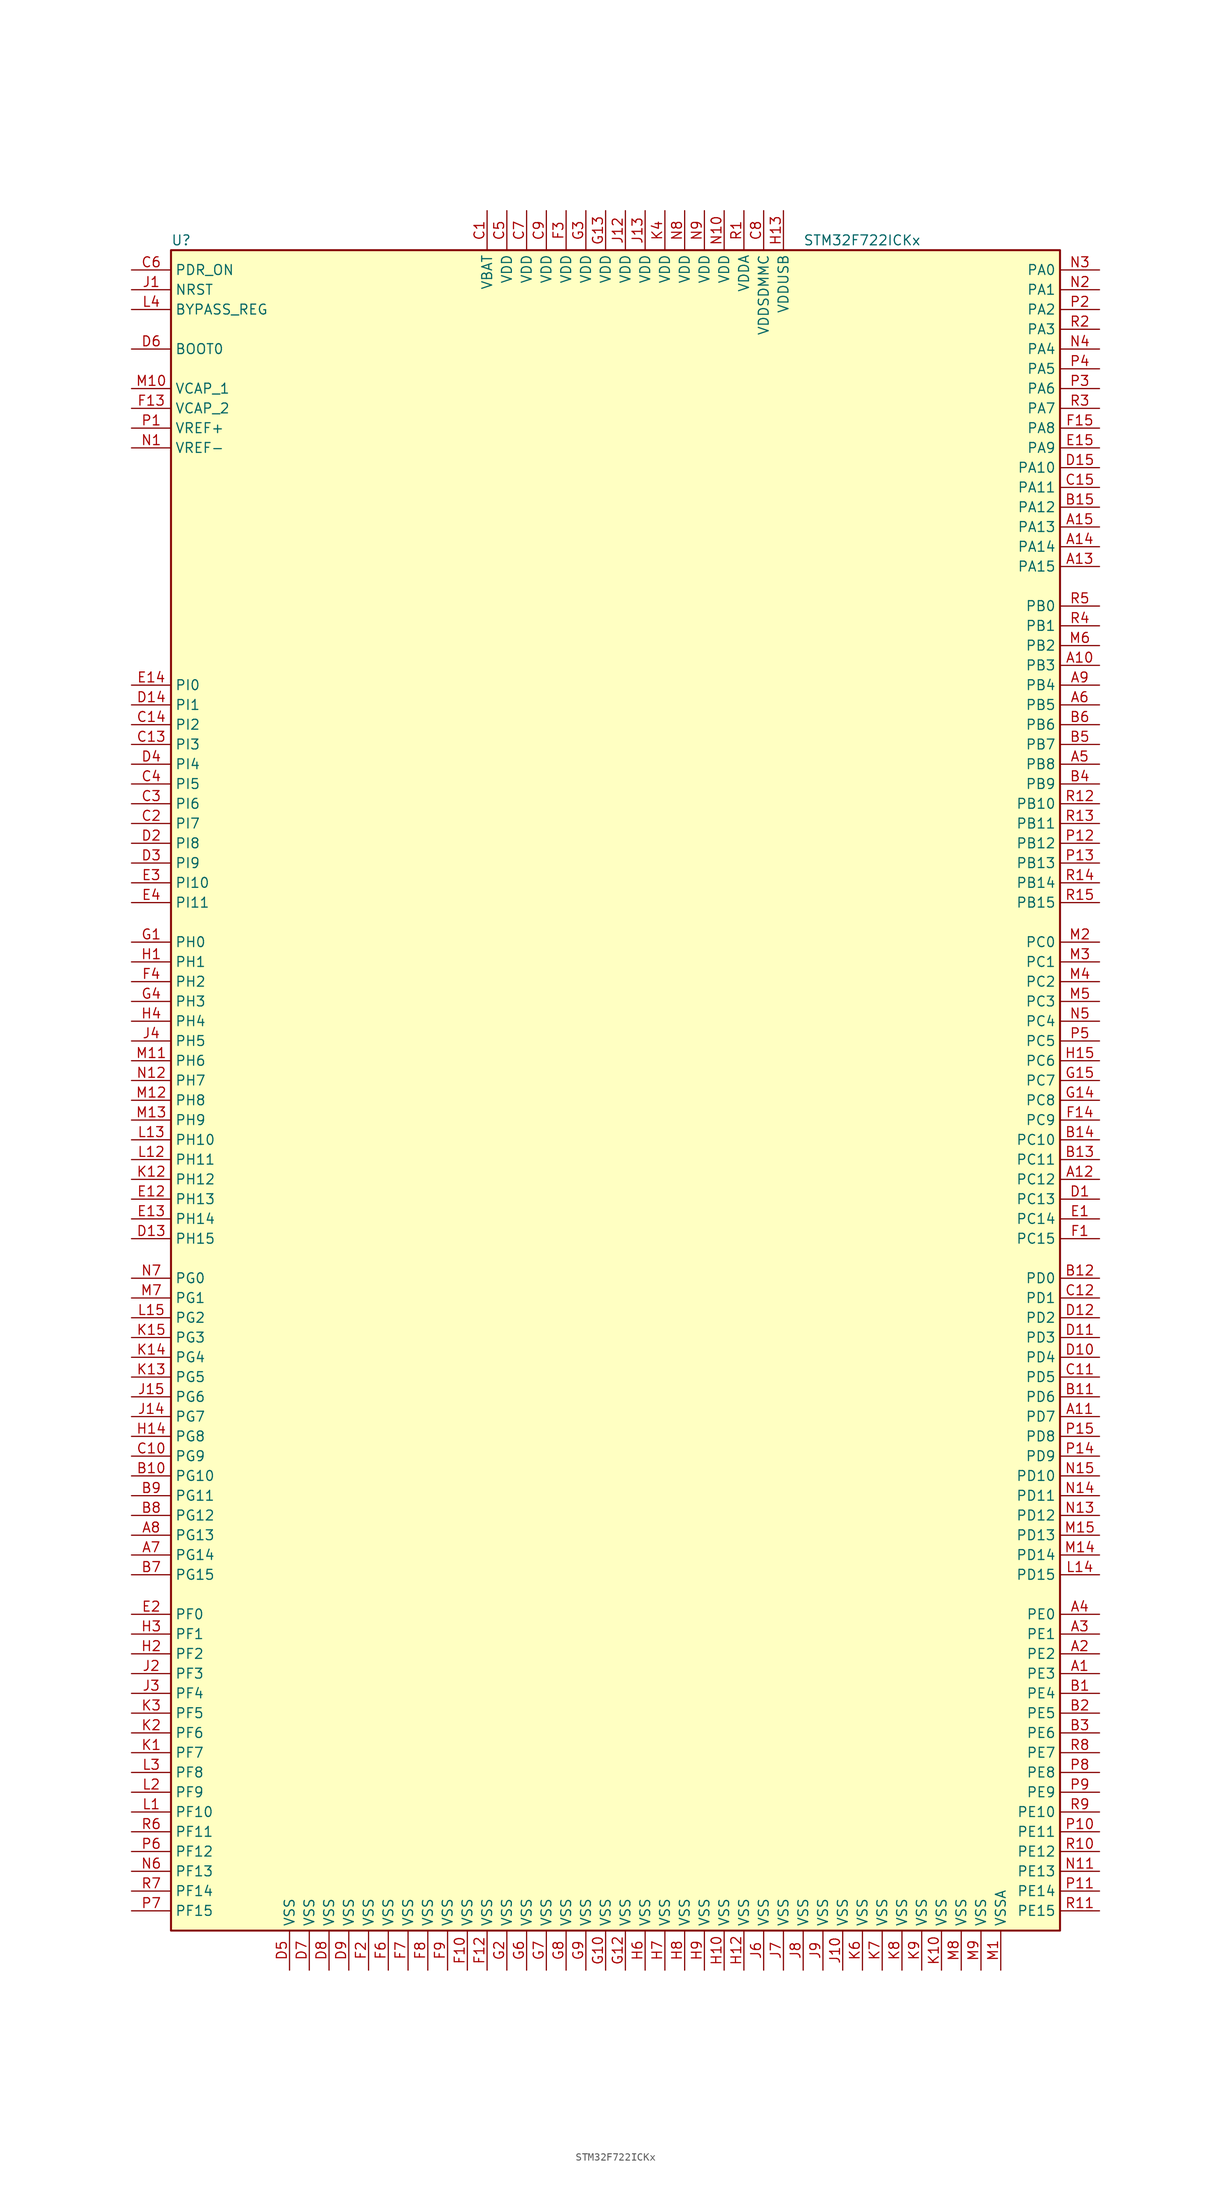
<source format=kicad_sym>
(kicad_symbol_lib
  (version 20220914)
  (generator kicad_symbol_editor)
  (symbol "STM32F722ICKx"
    (property "Reference" "U"
      (at -58.42 107.95 0)
      (effects (font (size 1.27 1.27)) (justify left)))
    (property "Value" "STM32F722ICKx"
      (at 22.86 107.95 0)
      (effects (font (size 1.27 1.27)) (justify left)))
    (symbol "STM32F722ICKx_0_1"
      (rectangle (start -58.42 -109.22) (end 55.88 106.68) (stroke (width 0.254) (type default)) (fill (type background))))
    (symbol "STM32F722ICKx_1_1"
      (pin bidirectional line (at 60.96 -76.2 180) (length 5.08) (name "PE3" (effects (font (size 1.27 1.27)))) (number "A1" (effects (font (size 1.27 1.27)))))
      (pin bidirectional line (at 60.96 53.34 180) (length 5.08) (name "PB3" (effects (font (size 1.27 1.27)))) (number "A10" (effects (font (size 1.27 1.27)))))
      (pin bidirectional line (at 60.96 -43.18 180) (length 5.08) (name "PD7" (effects (font (size 1.27 1.27)))) (number "A11" (effects (font (size 1.27 1.27)))))
      (pin bidirectional line (at 60.96 -12.7 180) (length 5.08) (name "PC12" (effects (font (size 1.27 1.27)))) (number "A12" (effects (font (size 1.27 1.27)))))
      (pin bidirectional line (at 60.96 66.04 180) (length 5.08) (name "PA15" (effects (font (size 1.27 1.27)))) (number "A13" (effects (font (size 1.27 1.27)))))
      (pin bidirectional line (at 60.96 68.58 180) (length 5.08) (name "PA14" (effects (font (size 1.27 1.27)))) (number "A14" (effects (font (size 1.27 1.27)))))
      (pin bidirectional line (at 60.96 71.12 180) (length 5.08) (name "PA13" (effects (font (size 1.27 1.27)))) (number "A15" (effects (font (size 1.27 1.27)))))
      (pin bidirectional line (at 60.96 -73.66 180) (length 5.08) (name "PE2" (effects (font (size 1.27 1.27)))) (number "A2" (effects (font (size 1.27 1.27)))))
      (pin bidirectional line (at 60.96 -71.12 180) (length 5.08) (name "PE1" (effects (font (size 1.27 1.27)))) (number "A3" (effects (font (size 1.27 1.27)))))
      (pin bidirectional line (at 60.96 -68.58 180) (length 5.08) (name "PE0" (effects (font (size 1.27 1.27)))) (number "A4" (effects (font (size 1.27 1.27)))))
      (pin bidirectional line (at 60.96 40.64 180) (length 5.08) (name "PB8" (effects (font (size 1.27 1.27)))) (number "A5" (effects (font (size 1.27 1.27)))))
      (pin bidirectional line (at 60.96 48.26 180) (length 5.08) (name "PB5" (effects (font (size 1.27 1.27)))) (number "A6" (effects (font (size 1.27 1.27)))))
      (pin bidirectional line (at -63.5 -60.96 0) (length 5.08) (name "PG14" (effects (font (size 1.27 1.27)))) (number "A7" (effects (font (size 1.27 1.27)))))
      (pin bidirectional line (at -63.5 -58.42 0) (length 5.08) (name "PG13" (effects (font (size 1.27 1.27)))) (number "A8" (effects (font (size 1.27 1.27)))))
      (pin bidirectional line (at 60.96 50.8 180) (length 5.08) (name "PB4" (effects (font (size 1.27 1.27)))) (number "A9" (effects (font (size 1.27 1.27)))))
      (pin bidirectional line (at 60.96 -78.74 180) (length 5.08) (name "PE4" (effects (font (size 1.27 1.27)))) (number "B1" (effects (font (size 1.27 1.27)))))
      (pin bidirectional line (at -63.5 -50.8 0) (length 5.08) (name "PG10" (effects (font (size 1.27 1.27)))) (number "B10" (effects (font (size 1.27 1.27)))))
      (pin bidirectional line (at 60.96 -40.64 180) (length 5.08) (name "PD6" (effects (font (size 1.27 1.27)))) (number "B11" (effects (font (size 1.27 1.27)))))
      (pin bidirectional line (at 60.96 -25.4 180) (length 5.08) (name "PD0" (effects (font (size 1.27 1.27)))) (number "B12" (effects (font (size 1.27 1.27)))))
      (pin bidirectional line (at 60.96 -10.16 180) (length 5.08) (name "PC11" (effects (font (size 1.27 1.27)))) (number "B13" (effects (font (size 1.27 1.27)))))
      (pin bidirectional line (at 60.96 -7.62 180) (length 5.08) (name "PC10" (effects (font (size 1.27 1.27)))) (number "B14" (effects (font (size 1.27 1.27)))))
      (pin bidirectional line (at 60.96 73.66 180) (length 5.08) (name "PA12" (effects (font (size 1.27 1.27)))) (number "B15" (effects (font (size 1.27 1.27)))))
      (pin bidirectional line (at 60.96 -81.28 180) (length 5.08) (name "PE5" (effects (font (size 1.27 1.27)))) (number "B2" (effects (font (size 1.27 1.27)))))
      (pin bidirectional line (at 60.96 -83.82 180) (length 5.08) (name "PE6" (effects (font (size 1.27 1.27)))) (number "B3" (effects (font (size 1.27 1.27)))))
      (pin bidirectional line (at 60.96 38.1 180) (length 5.08) (name "PB9" (effects (font (size 1.27 1.27)))) (number "B4" (effects (font (size 1.27 1.27)))))
      (pin bidirectional line (at 60.96 43.18 180) (length 5.08) (name "PB7" (effects (font (size 1.27 1.27)))) (number "B5" (effects (font (size 1.27 1.27)))))
      (pin bidirectional line (at 60.96 45.72 180) (length 5.08) (name "PB6" (effects (font (size 1.27 1.27)))) (number "B6" (effects (font (size 1.27 1.27)))))
      (pin bidirectional line (at -63.5 -63.5 0) (length 5.08) (name "PG15" (effects (font (size 1.27 1.27)))) (number "B7" (effects (font (size 1.27 1.27)))))
      (pin bidirectional line (at -63.5 -55.88 0) (length 5.08) (name "PG12" (effects (font (size 1.27 1.27)))) (number "B8" (effects (font (size 1.27 1.27)))))
      (pin bidirectional line (at -63.5 -53.34 0) (length 5.08) (name "PG11" (effects (font (size 1.27 1.27)))) (number "B9" (effects (font (size 1.27 1.27)))))
      (pin power_in line (at -17.78 111.76 270) (length 5.08) (name "VBAT" (effects (font (size 1.27 1.27)))) (number "C1" (effects (font (size 1.27 1.27)))))
      (pin bidirectional line (at -63.5 -48.26 0) (length 5.08) (name "PG9" (effects (font (size 1.27 1.27)))) (number "C10" (effects (font (size 1.27 1.27)))))
      (pin bidirectional line (at 60.96 -38.1 180) (length 5.08) (name "PD5" (effects (font (size 1.27 1.27)))) (number "C11" (effects (font (size 1.27 1.27)))))
      (pin bidirectional line (at 60.96 -27.94 180) (length 5.08) (name "PD1" (effects (font (size 1.27 1.27)))) (number "C12" (effects (font (size 1.27 1.27)))))
      (pin bidirectional line (at -63.5 43.18 0) (length 5.08) (name "PI3" (effects (font (size 1.27 1.27)))) (number "C13" (effects (font (size 1.27 1.27)))))
      (pin bidirectional line (at -63.5 45.72 0) (length 5.08) (name "PI2" (effects (font (size 1.27 1.27)))) (number "C14" (effects (font (size 1.27 1.27)))))
      (pin bidirectional line (at 60.96 76.2 180) (length 5.08) (name "PA11" (effects (font (size 1.27 1.27)))) (number "C15" (effects (font (size 1.27 1.27)))))
      (pin bidirectional line (at -63.5 33.02 0) (length 5.08) (name "PI7" (effects (font (size 1.27 1.27)))) (number "C2" (effects (font (size 1.27 1.27)))))
      (pin bidirectional line (at -63.5 35.56 0) (length 5.08) (name "PI6" (effects (font (size 1.27 1.27)))) (number "C3" (effects (font (size 1.27 1.27)))))
      (pin bidirectional line (at -63.5 38.1 0) (length 5.08) (name "PI5" (effects (font (size 1.27 1.27)))) (number "C4" (effects (font (size 1.27 1.27)))))
      (pin power_in line (at -15.24 111.76 270) (length 5.08) (name "VDD" (effects (font (size 1.27 1.27)))) (number "C5" (effects (font (size 1.27 1.27)))))
      (pin input line (at -63.5 104.14 0) (length 5.08) (name "PDR_ON" (effects (font (size 1.27 1.27)))) (number "C6" (effects (font (size 1.27 1.27)))))
      (pin power_in line (at -12.7 111.76 270) (length 5.08) (name "VDD" (effects (font (size 1.27 1.27)))) (number "C7" (effects (font (size 1.27 1.27)))))
      (pin power_in line (at 17.78 111.76 270) (length 5.08) (name "VDDSDMMC" (effects (font (size 1.27 1.27)))) (number "C8" (effects (font (size 1.27 1.27)))))
      (pin power_in line (at -10.16 111.76 270) (length 5.08) (name "VDD" (effects (font (size 1.27 1.27)))) (number "C9" (effects (font (size 1.27 1.27)))))
      (pin bidirectional line (at 60.96 -15.24 180) (length 5.08) (name "PC13" (effects (font (size 1.27 1.27)))) (number "D1" (effects (font (size 1.27 1.27)))))
      (pin bidirectional line (at 60.96 -35.56 180) (length 5.08) (name "PD4" (effects (font (size 1.27 1.27)))) (number "D10" (effects (font (size 1.27 1.27)))))
      (pin bidirectional line (at 60.96 -33.02 180) (length 5.08) (name "PD3" (effects (font (size 1.27 1.27)))) (number "D11" (effects (font (size 1.27 1.27)))))
      (pin bidirectional line (at 60.96 -30.48 180) (length 5.08) (name "PD2" (effects (font (size 1.27 1.27)))) (number "D12" (effects (font (size 1.27 1.27)))))
      (pin bidirectional line (at -63.5 -20.32 0) (length 5.08) (name "PH15" (effects (font (size 1.27 1.27)))) (number "D13" (effects (font (size 1.27 1.27)))))
      (pin bidirectional line (at -63.5 48.26 0) (length 5.08) (name "PI1" (effects (font (size 1.27 1.27)))) (number "D14" (effects (font (size 1.27 1.27)))))
      (pin bidirectional line (at 60.96 78.74 180) (length 5.08) (name "PA10" (effects (font (size 1.27 1.27)))) (number "D15" (effects (font (size 1.27 1.27)))))
      (pin bidirectional line (at -63.5 30.48 0) (length 5.08) (name "PI8" (effects (font (size 1.27 1.27)))) (number "D2" (effects (font (size 1.27 1.27)))))
      (pin bidirectional line (at -63.5 27.94 0) (length 5.08) (name "PI9" (effects (font (size 1.27 1.27)))) (number "D3" (effects (font (size 1.27 1.27)))))
      (pin bidirectional line (at -63.5 40.64 0) (length 5.08) (name "PI4" (effects (font (size 1.27 1.27)))) (number "D4" (effects (font (size 1.27 1.27)))))
      (pin power_in line (at -43.18 -114.3 90) (length 5.08) (name "VSS" (effects (font (size 1.27 1.27)))) (number "D5" (effects (font (size 1.27 1.27)))))
      (pin input line (at -63.5 93.98 0) (length 5.08) (name "BOOT0" (effects (font (size 1.27 1.27)))) (number "D6" (effects (font (size 1.27 1.27)))))
      (pin power_in line (at -40.64 -114.3 90) (length 5.08) (name "VSS" (effects (font (size 1.27 1.27)))) (number "D7" (effects (font (size 1.27 1.27)))))
      (pin power_in line (at -38.1 -114.3 90) (length 5.08) (name "VSS" (effects (font (size 1.27 1.27)))) (number "D8" (effects (font (size 1.27 1.27)))))
      (pin power_in line (at -35.56 -114.3 90) (length 5.08) (name "VSS" (effects (font (size 1.27 1.27)))) (number "D9" (effects (font (size 1.27 1.27)))))
      (pin bidirectional line (at 60.96 -17.78 180) (length 5.08) (name "PC14" (effects (font (size 1.27 1.27)))) (number "E1" (effects (font (size 1.27 1.27)))))
      (pin bidirectional line (at -63.5 -15.24 0) (length 5.08) (name "PH13" (effects (font (size 1.27 1.27)))) (number "E12" (effects (font (size 1.27 1.27)))))
      (pin bidirectional line (at -63.5 -17.78 0) (length 5.08) (name "PH14" (effects (font (size 1.27 1.27)))) (number "E13" (effects (font (size 1.27 1.27)))))
      (pin bidirectional line (at -63.5 50.8 0) (length 5.08) (name "PI0" (effects (font (size 1.27 1.27)))) (number "E14" (effects (font (size 1.27 1.27)))))
      (pin bidirectional line (at 60.96 81.28 180) (length 5.08) (name "PA9" (effects (font (size 1.27 1.27)))) (number "E15" (effects (font (size 1.27 1.27)))))
      (pin bidirectional line (at -63.5 -68.58 0) (length 5.08) (name "PF0" (effects (font (size 1.27 1.27)))) (number "E2" (effects (font (size 1.27 1.27)))))
      (pin bidirectional line (at -63.5 25.4 0) (length 5.08) (name "PI10" (effects (font (size 1.27 1.27)))) (number "E3" (effects (font (size 1.27 1.27)))))
      (pin bidirectional line (at -63.5 22.86 0) (length 5.08) (name "PI11" (effects (font (size 1.27 1.27)))) (number "E4" (effects (font (size 1.27 1.27)))))
      (pin bidirectional line (at 60.96 -20.32 180) (length 5.08) (name "PC15" (effects (font (size 1.27 1.27)))) (number "F1" (effects (font (size 1.27 1.27)))))
      (pin power_in line (at -20.32 -114.3 90) (length 5.08) (name "VSS" (effects (font (size 1.27 1.27)))) (number "F10" (effects (font (size 1.27 1.27)))))
      (pin power_in line (at -17.78 -114.3 90) (length 5.08) (name "VSS" (effects (font (size 1.27 1.27)))) (number "F12" (effects (font (size 1.27 1.27)))))
      (pin power_in line (at -63.5 86.36 0) (length 5.08) (name "VCAP_2" (effects (font (size 1.27 1.27)))) (number "F13" (effects (font (size 1.27 1.27)))))
      (pin bidirectional line (at 60.96 -5.08 180) (length 5.08) (name "PC9" (effects (font (size 1.27 1.27)))) (number "F14" (effects (font (size 1.27 1.27)))))
      (pin bidirectional line (at 60.96 83.82 180) (length 5.08) (name "PA8" (effects (font (size 1.27 1.27)))) (number "F15" (effects (font (size 1.27 1.27)))))
      (pin power_in line (at -33.02 -114.3 90) (length 5.08) (name "VSS" (effects (font (size 1.27 1.27)))) (number "F2" (effects (font (size 1.27 1.27)))))
      (pin power_in line (at -7.62 111.76 270) (length 5.08) (name "VDD" (effects (font (size 1.27 1.27)))) (number "F3" (effects (font (size 1.27 1.27)))))
      (pin bidirectional line (at -63.5 12.7 0) (length 5.08) (name "PH2" (effects (font (size 1.27 1.27)))) (number "F4" (effects (font (size 1.27 1.27)))))
      (pin power_in line (at -30.48 -114.3 90) (length 5.08) (name "VSS" (effects (font (size 1.27 1.27)))) (number "F6" (effects (font (size 1.27 1.27)))))
      (pin power_in line (at -27.94 -114.3 90) (length 5.08) (name "VSS" (effects (font (size 1.27 1.27)))) (number "F7" (effects (font (size 1.27 1.27)))))
      (pin power_in line (at -25.4 -114.3 90) (length 5.08) (name "VSS" (effects (font (size 1.27 1.27)))) (number "F8" (effects (font (size 1.27 1.27)))))
      (pin power_in line (at -22.86 -114.3 90) (length 5.08) (name "VSS" (effects (font (size 1.27 1.27)))) (number "F9" (effects (font (size 1.27 1.27)))))
      (pin input line (at -63.5 17.78 0) (length 5.08) (name "PH0" (effects (font (size 1.27 1.27)))) (number "G1" (effects (font (size 1.27 1.27)))))
      (pin power_in line (at -2.54 -114.3 90) (length 5.08) (name "VSS" (effects (font (size 1.27 1.27)))) (number "G10" (effects (font (size 1.27 1.27)))))
      (pin power_in line (at 0 -114.3 90) (length 5.08) (name "VSS" (effects (font (size 1.27 1.27)))) (number "G12" (effects (font (size 1.27 1.27)))))
      (pin power_in line (at -2.54 111.76 270) (length 5.08) (name "VDD" (effects (font (size 1.27 1.27)))) (number "G13" (effects (font (size 1.27 1.27)))))
      (pin bidirectional line (at 60.96 -2.54 180) (length 5.08) (name "PC8" (effects (font (size 1.27 1.27)))) (number "G14" (effects (font (size 1.27 1.27)))))
      (pin bidirectional line (at 60.96 0 180) (length 5.08) (name "PC7" (effects (font (size 1.27 1.27)))) (number "G15" (effects (font (size 1.27 1.27)))))
      (pin power_in line (at -15.24 -114.3 90) (length 5.08) (name "VSS" (effects (font (size 1.27 1.27)))) (number "G2" (effects (font (size 1.27 1.27)))))
      (pin power_in line (at -5.08 111.76 270) (length 5.08) (name "VDD" (effects (font (size 1.27 1.27)))) (number "G3" (effects (font (size 1.27 1.27)))))
      (pin bidirectional line (at -63.5 10.16 0) (length 5.08) (name "PH3" (effects (font (size 1.27 1.27)))) (number "G4" (effects (font (size 1.27 1.27)))))
      (pin power_in line (at -12.7 -114.3 90) (length 5.08) (name "VSS" (effects (font (size 1.27 1.27)))) (number "G6" (effects (font (size 1.27 1.27)))))
      (pin power_in line (at -10.16 -114.3 90) (length 5.08) (name "VSS" (effects (font (size 1.27 1.27)))) (number "G7" (effects (font (size 1.27 1.27)))))
      (pin power_in line (at -7.62 -114.3 90) (length 5.08) (name "VSS" (effects (font (size 1.27 1.27)))) (number "G8" (effects (font (size 1.27 1.27)))))
      (pin power_in line (at -5.08 -114.3 90) (length 5.08) (name "VSS" (effects (font (size 1.27 1.27)))) (number "G9" (effects (font (size 1.27 1.27)))))
      (pin input line (at -63.5 15.24 0) (length 5.08) (name "PH1" (effects (font (size 1.27 1.27)))) (number "H1" (effects (font (size 1.27 1.27)))))
      (pin power_in line (at 12.7 -114.3 90) (length 5.08) (name "VSS" (effects (font (size 1.27 1.27)))) (number "H10" (effects (font (size 1.27 1.27)))))
      (pin power_in line (at 15.24 -114.3 90) (length 5.08) (name "VSS" (effects (font (size 1.27 1.27)))) (number "H12" (effects (font (size 1.27 1.27)))))
      (pin power_in line (at 20.32 111.76 270) (length 5.08) (name "VDDUSB" (effects (font (size 1.27 1.27)))) (number "H13" (effects (font (size 1.27 1.27)))))
      (pin bidirectional line (at -63.5 -45.72 0) (length 5.08) (name "PG8" (effects (font (size 1.27 1.27)))) (number "H14" (effects (font (size 1.27 1.27)))))
      (pin bidirectional line (at 60.96 2.54 180) (length 5.08) (name "PC6" (effects (font (size 1.27 1.27)))) (number "H15" (effects (font (size 1.27 1.27)))))
      (pin bidirectional line (at -63.5 -73.66 0) (length 5.08) (name "PF2" (effects (font (size 1.27 1.27)))) (number "H2" (effects (font (size 1.27 1.27)))))
      (pin bidirectional line (at -63.5 -71.12 0) (length 5.08) (name "PF1" (effects (font (size 1.27 1.27)))) (number "H3" (effects (font (size 1.27 1.27)))))
      (pin bidirectional line (at -63.5 7.62 0) (length 5.08) (name "PH4" (effects (font (size 1.27 1.27)))) (number "H4" (effects (font (size 1.27 1.27)))))
      (pin power_in line (at 2.54 -114.3 90) (length 5.08) (name "VSS" (effects (font (size 1.27 1.27)))) (number "H6" (effects (font (size 1.27 1.27)))))
      (pin power_in line (at 5.08 -114.3 90) (length 5.08) (name "VSS" (effects (font (size 1.27 1.27)))) (number "H7" (effects (font (size 1.27 1.27)))))
      (pin power_in line (at 7.62 -114.3 90) (length 5.08) (name "VSS" (effects (font (size 1.27 1.27)))) (number "H8" (effects (font (size 1.27 1.27)))))
      (pin power_in line (at 10.16 -114.3 90) (length 5.08) (name "VSS" (effects (font (size 1.27 1.27)))) (number "H9" (effects (font (size 1.27 1.27)))))
      (pin input line (at -63.5 101.6 0) (length 5.08) (name "NRST" (effects (font (size 1.27 1.27)))) (number "J1" (effects (font (size 1.27 1.27)))))
      (pin power_in line (at 27.94 -114.3 90) (length 5.08) (name "VSS" (effects (font (size 1.27 1.27)))) (number "J10" (effects (font (size 1.27 1.27)))))
      (pin power_in line (at 0 111.76 270) (length 5.08) (name "VDD" (effects (font (size 1.27 1.27)))) (number "J12" (effects (font (size 1.27 1.27)))))
      (pin power_in line (at 2.54 111.76 270) (length 5.08) (name "VDD" (effects (font (size 1.27 1.27)))) (number "J13" (effects (font (size 1.27 1.27)))))
      (pin bidirectional line (at -63.5 -43.18 0) (length 5.08) (name "PG7" (effects (font (size 1.27 1.27)))) (number "J14" (effects (font (size 1.27 1.27)))))
      (pin bidirectional line (at -63.5 -40.64 0) (length 5.08) (name "PG6" (effects (font (size 1.27 1.27)))) (number "J15" (effects (font (size 1.27 1.27)))))
      (pin bidirectional line (at -63.5 -76.2 0) (length 5.08) (name "PF3" (effects (font (size 1.27 1.27)))) (number "J2" (effects (font (size 1.27 1.27)))))
      (pin bidirectional line (at -63.5 -78.74 0) (length 5.08) (name "PF4" (effects (font (size 1.27 1.27)))) (number "J3" (effects (font (size 1.27 1.27)))))
      (pin bidirectional line (at -63.5 5.08 0) (length 5.08) (name "PH5" (effects (font (size 1.27 1.27)))) (number "J4" (effects (font (size 1.27 1.27)))))
      (pin power_in line (at 17.78 -114.3 90) (length 5.08) (name "VSS" (effects (font (size 1.27 1.27)))) (number "J6" (effects (font (size 1.27 1.27)))))
      (pin power_in line (at 20.32 -114.3 90) (length 5.08) (name "VSS" (effects (font (size 1.27 1.27)))) (number "J7" (effects (font (size 1.27 1.27)))))
      (pin power_in line (at 22.86 -114.3 90) (length 5.08) (name "VSS" (effects (font (size 1.27 1.27)))) (number "J8" (effects (font (size 1.27 1.27)))))
      (pin power_in line (at 25.4 -114.3 90) (length 5.08) (name "VSS" (effects (font (size 1.27 1.27)))) (number "J9" (effects (font (size 1.27 1.27)))))
      (pin bidirectional line (at -63.5 -86.36 0) (length 5.08) (name "PF7" (effects (font (size 1.27 1.27)))) (number "K1" (effects (font (size 1.27 1.27)))))
      (pin power_in line (at 40.64 -114.3 90) (length 5.08) (name "VSS" (effects (font (size 1.27 1.27)))) (number "K10" (effects (font (size 1.27 1.27)))))
      (pin bidirectional line (at -63.5 -12.7 0) (length 5.08) (name "PH12" (effects (font (size 1.27 1.27)))) (number "K12" (effects (font (size 1.27 1.27)))))
      (pin bidirectional line (at -63.5 -38.1 0) (length 5.08) (name "PG5" (effects (font (size 1.27 1.27)))) (number "K13" (effects (font (size 1.27 1.27)))))
      (pin bidirectional line (at -63.5 -35.56 0) (length 5.08) (name "PG4" (effects (font (size 1.27 1.27)))) (number "K14" (effects (font (size 1.27 1.27)))))
      (pin bidirectional line (at -63.5 -33.02 0) (length 5.08) (name "PG3" (effects (font (size 1.27 1.27)))) (number "K15" (effects (font (size 1.27 1.27)))))
      (pin bidirectional line (at -63.5 -83.82 0) (length 5.08) (name "PF6" (effects (font (size 1.27 1.27)))) (number "K2" (effects (font (size 1.27 1.27)))))
      (pin bidirectional line (at -63.5 -81.28 0) (length 5.08) (name "PF5" (effects (font (size 1.27 1.27)))) (number "K3" (effects (font (size 1.27 1.27)))))
      (pin power_in line (at 5.08 111.76 270) (length 5.08) (name "VDD" (effects (font (size 1.27 1.27)))) (number "K4" (effects (font (size 1.27 1.27)))))
      (pin power_in line (at 30.48 -114.3 90) (length 5.08) (name "VSS" (effects (font (size 1.27 1.27)))) (number "K6" (effects (font (size 1.27 1.27)))))
      (pin power_in line (at 33.02 -114.3 90) (length 5.08) (name "VSS" (effects (font (size 1.27 1.27)))) (number "K7" (effects (font (size 1.27 1.27)))))
      (pin power_in line (at 35.56 -114.3 90) (length 5.08) (name "VSS" (effects (font (size 1.27 1.27)))) (number "K8" (effects (font (size 1.27 1.27)))))
      (pin power_in line (at 38.1 -114.3 90) (length 5.08) (name "VSS" (effects (font (size 1.27 1.27)))) (number "K9" (effects (font (size 1.27 1.27)))))
      (pin bidirectional line (at -63.5 -93.98 0) (length 5.08) (name "PF10" (effects (font (size 1.27 1.27)))) (number "L1" (effects (font (size 1.27 1.27)))))
      (pin bidirectional line (at -63.5 -10.16 0) (length 5.08) (name "PH11" (effects (font (size 1.27 1.27)))) (number "L12" (effects (font (size 1.27 1.27)))))
      (pin bidirectional line (at -63.5 -7.62 0) (length 5.08) (name "PH10" (effects (font (size 1.27 1.27)))) (number "L13" (effects (font (size 1.27 1.27)))))
      (pin bidirectional line (at 60.96 -63.5 180) (length 5.08) (name "PD15" (effects (font (size 1.27 1.27)))) (number "L14" (effects (font (size 1.27 1.27)))))
      (pin bidirectional line (at -63.5 -30.48 0) (length 5.08) (name "PG2" (effects (font (size 1.27 1.27)))) (number "L15" (effects (font (size 1.27 1.27)))))
      (pin bidirectional line (at -63.5 -91.44 0) (length 5.08) (name "PF9" (effects (font (size 1.27 1.27)))) (number "L2" (effects (font (size 1.27 1.27)))))
      (pin bidirectional line (at -63.5 -88.9 0) (length 5.08) (name "PF8" (effects (font (size 1.27 1.27)))) (number "L3" (effects (font (size 1.27 1.27)))))
      (pin input line (at -63.5 99.06 0) (length 5.08) (name "BYPASS_REG" (effects (font (size 1.27 1.27)))) (number "L4" (effects (font (size 1.27 1.27)))))
      (pin power_in line (at 48.26 -114.3 90) (length 5.08) (name "VSSA" (effects (font (size 1.27 1.27)))) (number "M1" (effects (font (size 1.27 1.27)))))
      (pin power_in line (at -63.5 88.9 0) (length 5.08) (name "VCAP_1" (effects (font (size 1.27 1.27)))) (number "M10" (effects (font (size 1.27 1.27)))))
      (pin bidirectional line (at -63.5 2.54 0) (length 5.08) (name "PH6" (effects (font (size 1.27 1.27)))) (number "M11" (effects (font (size 1.27 1.27)))))
      (pin bidirectional line (at -63.5 -2.54 0) (length 5.08) (name "PH8" (effects (font (size 1.27 1.27)))) (number "M12" (effects (font (size 1.27 1.27)))))
      (pin bidirectional line (at -63.5 -5.08 0) (length 5.08) (name "PH9" (effects (font (size 1.27 1.27)))) (number "M13" (effects (font (size 1.27 1.27)))))
      (pin bidirectional line (at 60.96 -60.96 180) (length 5.08) (name "PD14" (effects (font (size 1.27 1.27)))) (number "M14" (effects (font (size 1.27 1.27)))))
      (pin bidirectional line (at 60.96 -58.42 180) (length 5.08) (name "PD13" (effects (font (size 1.27 1.27)))) (number "M15" (effects (font (size 1.27 1.27)))))
      (pin bidirectional line (at 60.96 17.78 180) (length 5.08) (name "PC0" (effects (font (size 1.27 1.27)))) (number "M2" (effects (font (size 1.27 1.27)))))
      (pin bidirectional line (at 60.96 15.24 180) (length 5.08) (name "PC1" (effects (font (size 1.27 1.27)))) (number "M3" (effects (font (size 1.27 1.27)))))
      (pin bidirectional line (at 60.96 12.7 180) (length 5.08) (name "PC2" (effects (font (size 1.27 1.27)))) (number "M4" (effects (font (size 1.27 1.27)))))
      (pin bidirectional line (at 60.96 10.16 180) (length 5.08) (name "PC3" (effects (font (size 1.27 1.27)))) (number "M5" (effects (font (size 1.27 1.27)))))
      (pin bidirectional line (at 60.96 55.88 180) (length 5.08) (name "PB2" (effects (font (size 1.27 1.27)))) (number "M6" (effects (font (size 1.27 1.27)))))
      (pin bidirectional line (at -63.5 -27.94 0) (length 5.08) (name "PG1" (effects (font (size 1.27 1.27)))) (number "M7" (effects (font (size 1.27 1.27)))))
      (pin power_in line (at 43.18 -114.3 90) (length 5.08) (name "VSS" (effects (font (size 1.27 1.27)))) (number "M8" (effects (font (size 1.27 1.27)))))
      (pin power_in line (at 45.72 -114.3 90) (length 5.08) (name "VSS" (effects (font (size 1.27 1.27)))) (number "M9" (effects (font (size 1.27 1.27)))))
      (pin power_in line (at -63.5 81.28 0) (length 5.08) (name "VREF-" (effects (font (size 1.27 1.27)))) (number "N1" (effects (font (size 1.27 1.27)))))
      (pin power_in line (at 12.7 111.76 270) (length 5.08) (name "VDD" (effects (font (size 1.27 1.27)))) (number "N10" (effects (font (size 1.27 1.27)))))
      (pin bidirectional line (at 60.96 -101.6 180) (length 5.08) (name "PE13" (effects (font (size 1.27 1.27)))) (number "N11" (effects (font (size 1.27 1.27)))))
      (pin bidirectional line (at -63.5 0 0) (length 5.08) (name "PH7" (effects (font (size 1.27 1.27)))) (number "N12" (effects (font (size 1.27 1.27)))))
      (pin bidirectional line (at 60.96 -55.88 180) (length 5.08) (name "PD12" (effects (font (size 1.27 1.27)))) (number "N13" (effects (font (size 1.27 1.27)))))
      (pin bidirectional line (at 60.96 -53.34 180) (length 5.08) (name "PD11" (effects (font (size 1.27 1.27)))) (number "N14" (effects (font (size 1.27 1.27)))))
      (pin bidirectional line (at 60.96 -50.8 180) (length 5.08) (name "PD10" (effects (font (size 1.27 1.27)))) (number "N15" (effects (font (size 1.27 1.27)))))
      (pin bidirectional line (at 60.96 101.6 180) (length 5.08) (name "PA1" (effects (font (size 1.27 1.27)))) (number "N2" (effects (font (size 1.27 1.27)))))
      (pin bidirectional line (at 60.96 104.14 180) (length 5.08) (name "PA0" (effects (font (size 1.27 1.27)))) (number "N3" (effects (font (size 1.27 1.27)))))
      (pin bidirectional line (at 60.96 93.98 180) (length 5.08) (name "PA4" (effects (font (size 1.27 1.27)))) (number "N4" (effects (font (size 1.27 1.27)))))
      (pin bidirectional line (at 60.96 7.62 180) (length 5.08) (name "PC4" (effects (font (size 1.27 1.27)))) (number "N5" (effects (font (size 1.27 1.27)))))
      (pin bidirectional line (at -63.5 -101.6 0) (length 5.08) (name "PF13" (effects (font (size 1.27 1.27)))) (number "N6" (effects (font (size 1.27 1.27)))))
      (pin bidirectional line (at -63.5 -25.4 0) (length 5.08) (name "PG0" (effects (font (size 1.27 1.27)))) (number "N7" (effects (font (size 1.27 1.27)))))
      (pin power_in line (at 7.62 111.76 270) (length 5.08) (name "VDD" (effects (font (size 1.27 1.27)))) (number "N8" (effects (font (size 1.27 1.27)))))
      (pin power_in line (at 10.16 111.76 270) (length 5.08) (name "VDD" (effects (font (size 1.27 1.27)))) (number "N9" (effects (font (size 1.27 1.27)))))
      (pin power_in line (at -63.5 83.82 0) (length 5.08) (name "VREF+" (effects (font (size 1.27 1.27)))) (number "P1" (effects (font (size 1.27 1.27)))))
      (pin bidirectional line (at 60.96 -96.52 180) (length 5.08) (name "PE11" (effects (font (size 1.27 1.27)))) (number "P10" (effects (font (size 1.27 1.27)))))
      (pin bidirectional line (at 60.96 -104.14 180) (length 5.08) (name "PE14" (effects (font (size 1.27 1.27)))) (number "P11" (effects (font (size 1.27 1.27)))))
      (pin bidirectional line (at 60.96 30.48 180) (length 5.08) (name "PB12" (effects (font (size 1.27 1.27)))) (number "P12" (effects (font (size 1.27 1.27)))))
      (pin bidirectional line (at 60.96 27.94 180) (length 5.08) (name "PB13" (effects (font (size 1.27 1.27)))) (number "P13" (effects (font (size 1.27 1.27)))))
      (pin bidirectional line (at 60.96 -48.26 180) (length 5.08) (name "PD9" (effects (font (size 1.27 1.27)))) (number "P14" (effects (font (size 1.27 1.27)))))
      (pin bidirectional line (at 60.96 -45.72 180) (length 5.08) (name "PD8" (effects (font (size 1.27 1.27)))) (number "P15" (effects (font (size 1.27 1.27)))))
      (pin bidirectional line (at 60.96 99.06 180) (length 5.08) (name "PA2" (effects (font (size 1.27 1.27)))) (number "P2" (effects (font (size 1.27 1.27)))))
      (pin bidirectional line (at 60.96 88.9 180) (length 5.08) (name "PA6" (effects (font (size 1.27 1.27)))) (number "P3" (effects (font (size 1.27 1.27)))))
      (pin bidirectional line (at 60.96 91.44 180) (length 5.08) (name "PA5" (effects (font (size 1.27 1.27)))) (number "P4" (effects (font (size 1.27 1.27)))))
      (pin bidirectional line (at 60.96 5.08 180) (length 5.08) (name "PC5" (effects (font (size 1.27 1.27)))) (number "P5" (effects (font (size 1.27 1.27)))))
      (pin bidirectional line (at -63.5 -99.06 0) (length 5.08) (name "PF12" (effects (font (size 1.27 1.27)))) (number "P6" (effects (font (size 1.27 1.27)))))
      (pin bidirectional line (at -63.5 -106.68 0) (length 5.08) (name "PF15" (effects (font (size 1.27 1.27)))) (number "P7" (effects (font (size 1.27 1.27)))))
      (pin bidirectional line (at 60.96 -88.9 180) (length 5.08) (name "PE8" (effects (font (size 1.27 1.27)))) (number "P8" (effects (font (size 1.27 1.27)))))
      (pin bidirectional line (at 60.96 -91.44 180) (length 5.08) (name "PE9" (effects (font (size 1.27 1.27)))) (number "P9" (effects (font (size 1.27 1.27)))))
      (pin power_in line (at 15.24 111.76 270) (length 5.08) (name "VDDA" (effects (font (size 1.27 1.27)))) (number "R1" (effects (font (size 1.27 1.27)))))
      (pin bidirectional line (at 60.96 -99.06 180) (length 5.08) (name "PE12" (effects (font (size 1.27 1.27)))) (number "R10" (effects (font (size 1.27 1.27)))))
      (pin bidirectional line (at 60.96 -106.68 180) (length 5.08) (name "PE15" (effects (font (size 1.27 1.27)))) (number "R11" (effects (font (size 1.27 1.27)))))
      (pin bidirectional line (at 60.96 35.56 180) (length 5.08) (name "PB10" (effects (font (size 1.27 1.27)))) (number "R12" (effects (font (size 1.27 1.27)))))
      (pin bidirectional line (at 60.96 33.02 180) (length 5.08) (name "PB11" (effects (font (size 1.27 1.27)))) (number "R13" (effects (font (size 1.27 1.27)))))
      (pin bidirectional line (at 60.96 25.4 180) (length 5.08) (name "PB14" (effects (font (size 1.27 1.27)))) (number "R14" (effects (font (size 1.27 1.27)))))
      (pin bidirectional line (at 60.96 22.86 180) (length 5.08) (name "PB15" (effects (font (size 1.27 1.27)))) (number "R15" (effects (font (size 1.27 1.27)))))
      (pin bidirectional line (at 60.96 96.52 180) (length 5.08) (name "PA3" (effects (font (size 1.27 1.27)))) (number "R2" (effects (font (size 1.27 1.27)))))
      (pin bidirectional line (at 60.96 86.36 180) (length 5.08) (name "PA7" (effects (font (size 1.27 1.27)))) (number "R3" (effects (font (size 1.27 1.27)))))
      (pin bidirectional line (at 60.96 58.42 180) (length 5.08) (name "PB1" (effects (font (size 1.27 1.27)))) (number "R4" (effects (font (size 1.27 1.27)))))
      (pin bidirectional line (at 60.96 60.96 180) (length 5.08) (name "PB0" (effects (font (size 1.27 1.27)))) (number "R5" (effects (font (size 1.27 1.27)))))
      (pin bidirectional line (at -63.5 -96.52 0) (length 5.08) (name "PF11" (effects (font (size 1.27 1.27)))) (number "R6" (effects (font (size 1.27 1.27)))))
      (pin bidirectional line (at -63.5 -104.14 0) (length 5.08) (name "PF14" (effects (font (size 1.27 1.27)))) (number "R7" (effects (font (size 1.27 1.27)))))
      (pin bidirectional line (at 60.96 -86.36 180) (length 5.08) (name "PE7" (effects (font (size 1.27 1.27)))) (number "R8" (effects (font (size 1.27 1.27)))))
      (pin bidirectional line (at 60.96 -93.98 180) (length 5.08) (name "PE10" (effects (font (size 1.27 1.27)))) (number "R9" (effects (font (size 1.27 1.27))))))))
</source>
